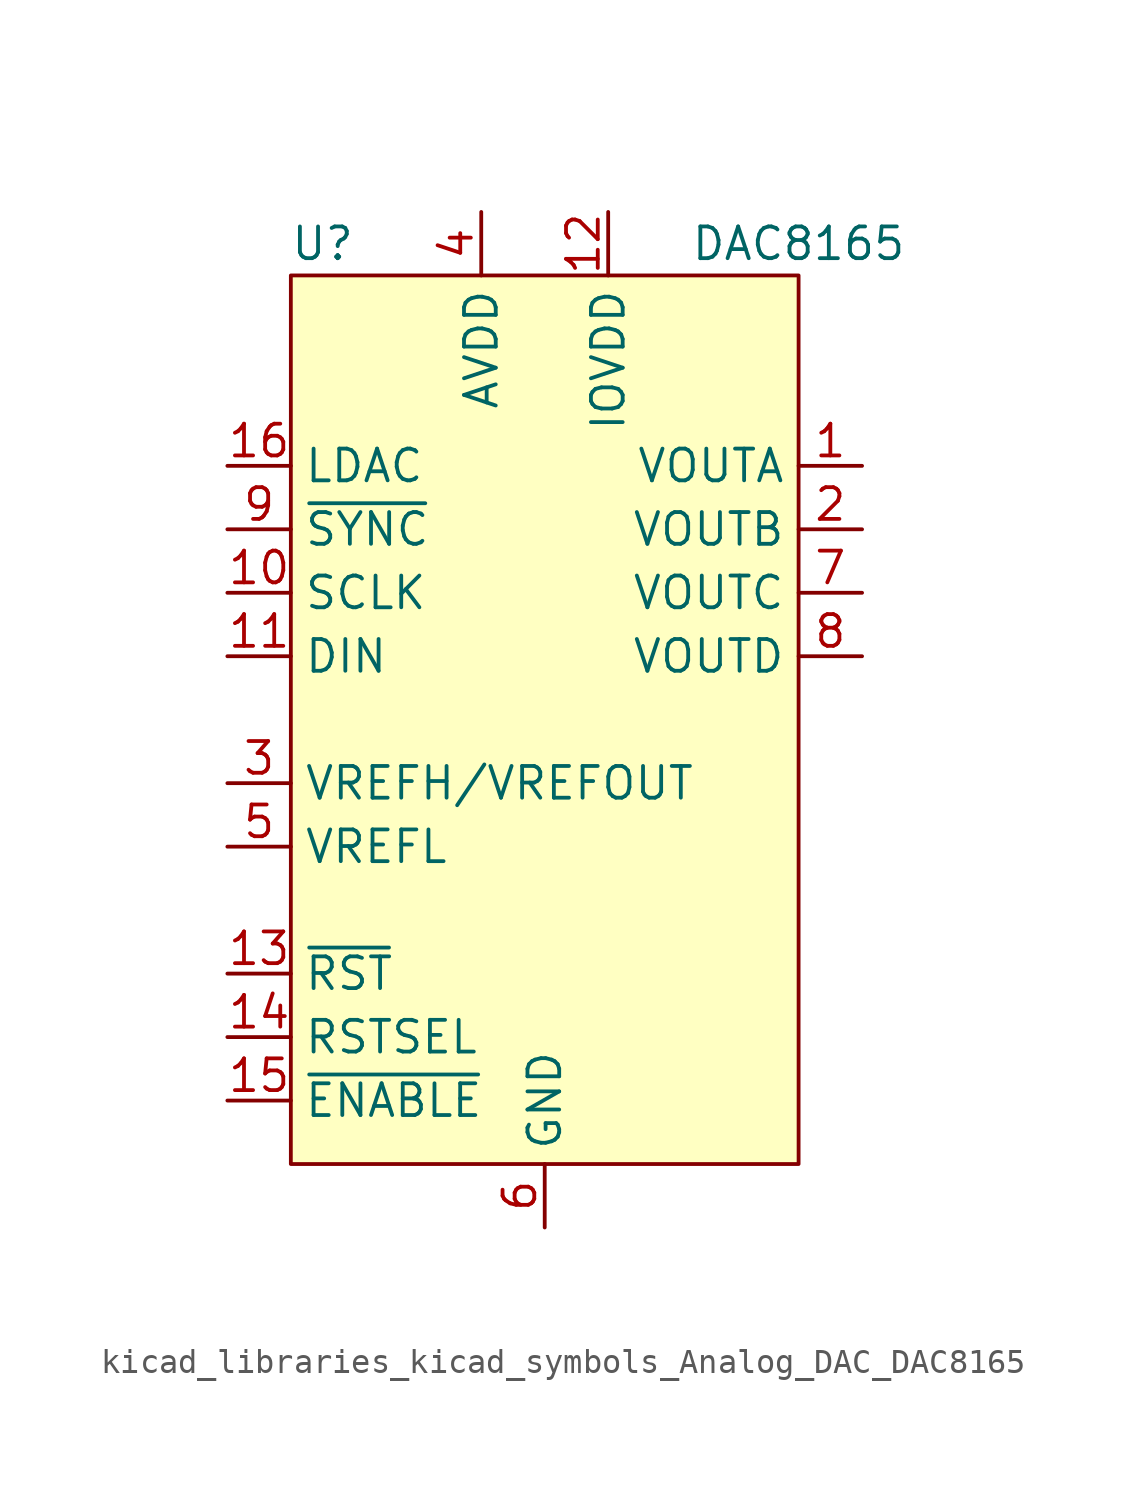
<source format=kicad_sym>
(kicad_symbol_lib
  (version 20220914)
  (generator kicad_symbol_editor)
  (symbol "kicad_libraries_kicad_symbols_Analog_DAC_DAC8165"
    (property "Reference" "U"
      (at -8.89 21.59 0)
      (effects (font (size 1.27 1.27))))
    (property "Value" "DAC8165"
      (at 10.16 21.59 0)
      (effects (font (size 1.27 1.27))))
    (symbol "kicad_libraries_kicad_symbols_Analog_DAC_DAC8165_0_0"
      (pin output line (at 12.7 12.7 180) (length 2.54) (name "VOUTA" (effects (font (size 1.27 1.27)))) (number "1" (effects (font (size 1.27 1.27)))))
      (pin input line (at -12.7 7.62 0) (length 2.54) (name "SCLK" (effects (font (size 1.27 1.27)))) (number "10" (effects (font (size 1.27 1.27)))))
      (pin input line (at -12.7 5.08 0) (length 2.54) (name "DIN" (effects (font (size 1.27 1.27)))) (number "11" (effects (font (size 1.27 1.27)))))
      (pin power_in line (at 2.54 22.86 270) (length 2.54) (name "IOVDD" (effects (font (size 1.27 1.27)))) (number "12" (effects (font (size 1.27 1.27)))))
      (pin input line (at -12.7 -7.62 0) (length 2.54) (name "~{RST}" (effects (font (size 1.27 1.27)))) (number "13" (effects (font (size 1.27 1.27)))))
      (pin input line (at -12.7 -10.16 0) (length 2.54) (name "RSTSEL" (effects (font (size 1.27 1.27)))) (number "14" (effects (font (size 1.27 1.27)))))
      (pin input line (at -12.7 -12.7 0) (length 2.54) (name "~{ENABLE}" (effects (font (size 1.27 1.27)))) (number "15" (effects (font (size 1.27 1.27)))))
      (pin input line (at -12.7 12.7 0) (length 2.54) (name "LDAC" (effects (font (size 1.27 1.27)))) (number "16" (effects (font (size 1.27 1.27)))))
      (pin output line (at 12.7 10.16 180) (length 2.54) (name "VOUTB" (effects (font (size 1.27 1.27)))) (number "2" (effects (font (size 1.27 1.27)))))
      (pin bidirectional line (at -12.7 0 0) (length 2.54) (name "VREFH/VREFOUT" (effects (font (size 1.27 1.27)))) (number "3" (effects (font (size 1.27 1.27)))))
      (pin power_in line (at -2.54 22.86 270) (length 2.54) (name "AVDD" (effects (font (size 1.27 1.27)))) (number "4" (effects (font (size 1.27 1.27)))))
      (pin input line (at -12.7 -2.54 0) (length 2.54) (name "VREFL" (effects (font (size 1.27 1.27)))) (number "5" (effects (font (size 1.27 1.27)))))
      (pin power_in line (at 0 -17.78 90) (length 2.54) (name "GND" (effects (font (size 1.27 1.27)))) (number "6" (effects (font (size 1.27 1.27)))))
      (pin output line (at 12.7 7.62 180) (length 2.54) (name "VOUTC" (effects (font (size 1.27 1.27)))) (number "7" (effects (font (size 1.27 1.27)))))
      (pin output line (at 12.7 5.08 180) (length 2.54) (name "VOUTD" (effects (font (size 1.27 1.27)))) (number "8" (effects (font (size 1.27 1.27)))))
      (pin input line (at -12.7 10.16 0) (length 2.54) (name "~{SYNC}" (effects (font (size 1.27 1.27)))) (number "9" (effects (font (size 1.27 1.27))))))
    (symbol "kicad_libraries_kicad_symbols_Analog_DAC_DAC8165_0_1"
      (rectangle (start -10.16 20.32) (end 10.16 -15.24) (stroke (width 0.152) (type default)) (fill (type background))))))
</source>
